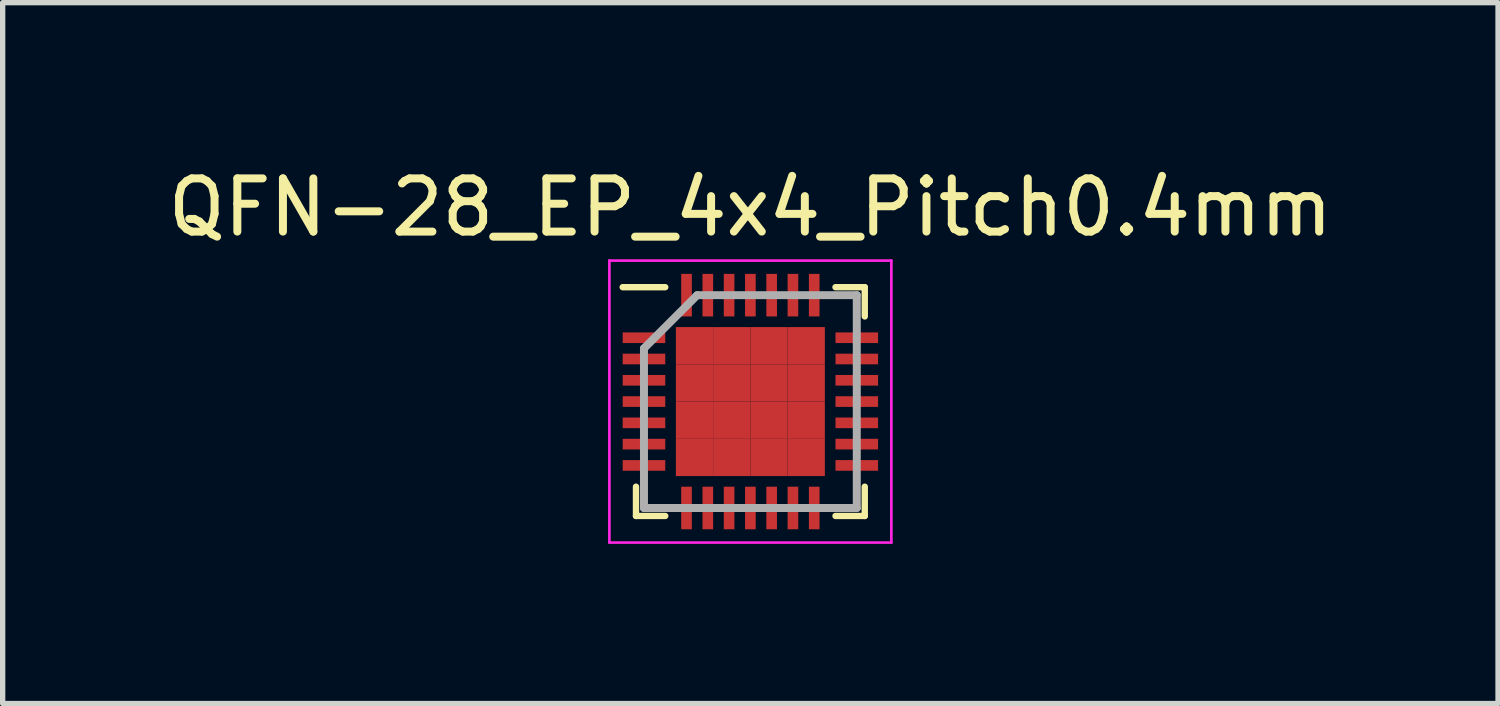
<source format=kicad_pcb>
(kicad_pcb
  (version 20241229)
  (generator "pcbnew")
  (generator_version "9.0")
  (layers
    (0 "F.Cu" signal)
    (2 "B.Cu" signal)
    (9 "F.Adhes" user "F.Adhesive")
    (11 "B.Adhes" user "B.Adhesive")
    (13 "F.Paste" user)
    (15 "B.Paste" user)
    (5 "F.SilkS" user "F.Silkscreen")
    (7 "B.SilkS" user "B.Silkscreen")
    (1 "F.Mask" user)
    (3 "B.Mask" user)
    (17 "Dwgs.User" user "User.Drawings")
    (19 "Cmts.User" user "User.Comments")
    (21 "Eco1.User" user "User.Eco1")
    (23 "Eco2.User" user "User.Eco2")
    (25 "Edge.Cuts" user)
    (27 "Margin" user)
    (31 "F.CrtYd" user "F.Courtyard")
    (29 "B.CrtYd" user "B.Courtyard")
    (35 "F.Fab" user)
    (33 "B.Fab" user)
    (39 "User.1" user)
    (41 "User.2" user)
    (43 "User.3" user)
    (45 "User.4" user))
  (footprint "QFN-28_EP_4x4_Pitch0.4mm"
    (layer "F.Cu")
    (at 11.054 4.498)
    (property "Reference" "QFN-28_EP_4x4_Pitch0.4mm" (at 0 -3.65 0) (layer "F.SilkS") (effects (font (size 1 1) (thickness 0.15))))
    (attr smd)
    (fp_line (start -2.15 2.15) (end -2.15 1.6) (stroke (width 0.12) (type solid)) (layer "F.SilkS"))
    (fp_line (start -1.6 -2.15) (end -2.4 -2.15) (stroke (width 0.12) (type solid)) (layer "F.SilkS"))
    (fp_line (start -1.6 2.15) (end -2.15 2.15) (stroke (width 0.12) (type solid)) (layer "F.SilkS"))
    (fp_line (start 1.6 -2.15) (end 2.15 -2.15) (stroke (width 0.12) (type solid)) (layer "F.SilkS"))
    (fp_line (start 1.6 2.15) (end 2.15 2.15) (stroke (width 0.12) (type solid)) (layer "F.SilkS"))
    (fp_line (start 2.15 -2.15) (end 2.15 -1.6) (stroke (width 0.12) (type solid)) (layer "F.SilkS"))
    (fp_line (start 2.15 2.15) (end 2.15 1.6) (stroke (width 0.12) (type solid)) (layer "F.SilkS"))
    (fp_line (start -2.65 -2.65) (end 2.65 -2.65) (stroke (width 0.05) (type solid)) (layer "F.CrtYd"))
    (fp_line (start -2.65 2.65) (end -2.65 -2.65) (stroke (width 0.05) (type solid)) (layer "F.CrtYd"))
    (fp_line (start 2.65 -2.65) (end 2.65 2.65) (stroke (width 0.05) (type solid)) (layer "F.CrtYd"))
    (fp_line (start 2.65 2.65) (end -2.65 2.65) (stroke (width 0.05) (type solid)) (layer "F.CrtYd"))
    (fp_line (start -2 -1) (end -2 2) (stroke (width 0.15) (type solid)) (layer "F.Fab"))
    (fp_line (start -2 2) (end 2 2) (stroke (width 0.15) (type solid)) (layer "F.Fab"))
    (fp_line (start -1 -2) (end -2 -1) (stroke (width 0.15) (type solid)) (layer "F.Fab"))
    (fp_line (start 2 -2) (end -1 -2) (stroke (width 0.15) (type solid)) (layer "F.Fab"))
    (fp_line (start 2 2) (end 2 -2) (stroke (width 0.15) (type solid)) (layer "F.Fab"))
    (pad "1" smd rect (at -2 -1.2 90) (size 0.2 0.8) (layers "F.Cu" "F.Mask" "F.Paste"))
    (pad "2" smd rect (at -2 -0.8 90) (size 0.2 0.8) (layers "F.Cu" "F.Mask" "F.Paste"))
    (pad "3" smd rect (at -2 -0.4 90) (size 0.2 0.8) (layers "F.Cu" "F.Mask" "F.Paste"))
    (pad "4" smd rect (at -2 0 90) (size 0.2 0.8) (layers "F.Cu" "F.Mask" "F.Paste"))
    (pad "5" smd rect (at -2 0.4 90) (size 0.2 0.8) (layers "F.Cu" "F.Mask" "F.Paste"))
    (pad "6" smd rect (at -2 0.8 90) (size 0.2 0.8) (layers "F.Cu" "F.Mask" "F.Paste"))
    (pad "7" smd rect (at -2 1.2 90) (size 0.2 0.8) (layers "F.Cu" "F.Mask" "F.Paste"))
    (pad "8" smd rect (at -1.2 2) (size 0.2 0.8) (layers "F.Cu" "F.Mask" "F.Paste"))
    (pad "9" smd rect (at -0.8 2) (size 0.2 0.8) (layers "F.Cu" "F.Mask" "F.Paste"))
    (pad "10" smd rect (at -0.4 2) (size 0.2 0.8) (layers "F.Cu" "F.Mask" "F.Paste"))
    (pad "11" smd rect (at 0 2) (size 0.2 0.8) (layers "F.Cu" "F.Mask" "F.Paste"))
    (pad "12" smd rect (at 0.4 2) (size 0.2 0.8) (layers "F.Cu" "F.Mask" "F.Paste"))
    (pad "13" smd rect (at 0.8 2) (size 0.2 0.8) (layers "F.Cu" "F.Mask" "F.Paste"))
    (pad "14" smd rect (at 1.2 2) (size 0.2 0.8) (layers "F.Cu" "F.Mask" "F.Paste"))
    (pad "15" smd rect (at 2 1.2 90) (size 0.2 0.8) (layers "F.Cu" "F.Mask" "F.Paste"))
    (pad "16" smd rect (at 2 0.8 90) (size 0.2 0.8) (layers "F.Cu" "F.Mask" "F.Paste"))
    (pad "17" smd rect (at 2 0.4 90) (size 0.2 0.8) (layers "F.Cu" "F.Mask" "F.Paste"))
    (pad "18" smd rect (at 2 0 90) (size 0.2 0.8) (layers "F.Cu" "F.Mask" "F.Paste"))
    (pad "19" smd rect (at 2 -0.4 90) (size 0.2 0.8) (layers "F.Cu" "F.Mask" "F.Paste"))
    (pad "20" smd rect (at 2 -0.8 90) (size 0.2 0.8) (layers "F.Cu" "F.Mask" "F.Paste"))
    (pad "21" smd rect (at 2 -1.2 90) (size 0.2 0.8) (layers "F.Cu" "F.Mask" "F.Paste"))
    (pad "22" smd rect (at 1.2 -2) (size 0.2 0.8) (layers "F.Cu" "F.Mask" "F.Paste"))
    (pad "23" smd rect (at 0.8 -2) (size 0.2 0.8) (layers "F.Cu" "F.Mask" "F.Paste"))
    (pad "24" smd rect (at 0.4 -2) (size 0.2 0.8) (layers "F.Cu" "F.Mask" "F.Paste"))
    (pad "25" smd rect (at 0 -2) (size 0.2 0.8) (layers "F.Cu" "F.Mask" "F.Paste"))
    (pad "26" smd rect (at -0.4 -2) (size 0.2 0.8) (layers "F.Cu" "F.Mask" "F.Paste"))
    (pad "27" smd rect (at -0.8 -2) (size 0.2 0.8) (layers "F.Cu" "F.Mask" "F.Paste"))
    (pad "28" smd rect (at -1.2 -2) (size 0.2 0.8) (layers "F.Cu" "F.Mask" "F.Paste"))
    (pad "29" smd rect (at -1.05 -1.05) (size 0.7 0.7) (layers "F.Cu" "F.Mask" "F.Paste"))
    (pad "29" smd rect (at -1.05 -0.35) (size 0.7 0.7) (layers "F.Cu" "F.Mask" "F.Paste"))
    (pad "29" smd rect (at -1.05 0.35) (size 0.7 0.7) (layers "F.Cu" "F.Mask" "F.Paste"))
    (pad "29" smd rect (at -1.05 1.05) (size 0.7 0.7) (layers "F.Cu" "F.Mask" "F.Paste"))
    (pad "29" smd rect (at -0.35 -1.05) (size 0.7 0.7) (layers "F.Cu" "F.Mask" "F.Paste"))
    (pad "29" smd rect (at -0.35 -0.35) (size 0.7 0.7) (layers "F.Cu" "F.Mask" "F.Paste"))
    (pad "29" smd rect (at -0.35 0.35) (size 0.7 0.7) (layers "F.Cu" "F.Mask" "F.Paste"))
    (pad "29" smd rect (at -0.35 1.05) (size 0.7 0.7) (layers "F.Cu" "F.Mask" "F.Paste"))
    (pad "29" smd rect (at 0.35 -1.05) (size 0.7 0.7) (layers "F.Cu" "F.Mask" "F.Paste"))
    (pad "29" smd rect (at 0.35 -0.35) (size 0.7 0.7) (layers "F.Cu" "F.Mask" "F.Paste"))
    (pad "29" smd rect (at 0.35 0.35) (size 0.7 0.7) (layers "F.Cu" "F.Mask" "F.Paste"))
    (pad "29" smd rect (at 0.35 1.05) (size 0.7 0.7) (layers "F.Cu" "F.Mask" "F.Paste"))
    (pad "29" smd rect (at 1.05 -1.05) (size 0.7 0.7) (layers "F.Cu" "F.Mask" "F.Paste"))
    (pad "29" smd rect (at 1.05 -0.35) (size 0.7 0.7) (layers "F.Cu" "F.Mask" "F.Paste"))
    (pad "29" smd rect (at 1.05 0.35) (size 0.7 0.7) (layers "F.Cu" "F.Mask" "F.Paste"))
    (pad "29" smd rect (at 1.05 1.05) (size 0.7 0.7) (layers "F.Cu" "F.Mask" "F.Paste")))
  (gr_rect
    (start -3 -3)
    (end 25.107 10.173)
    (stroke (width 0.1) (type default))
    (fill no)
    (layer "Edge.Cuts")))
</source>
